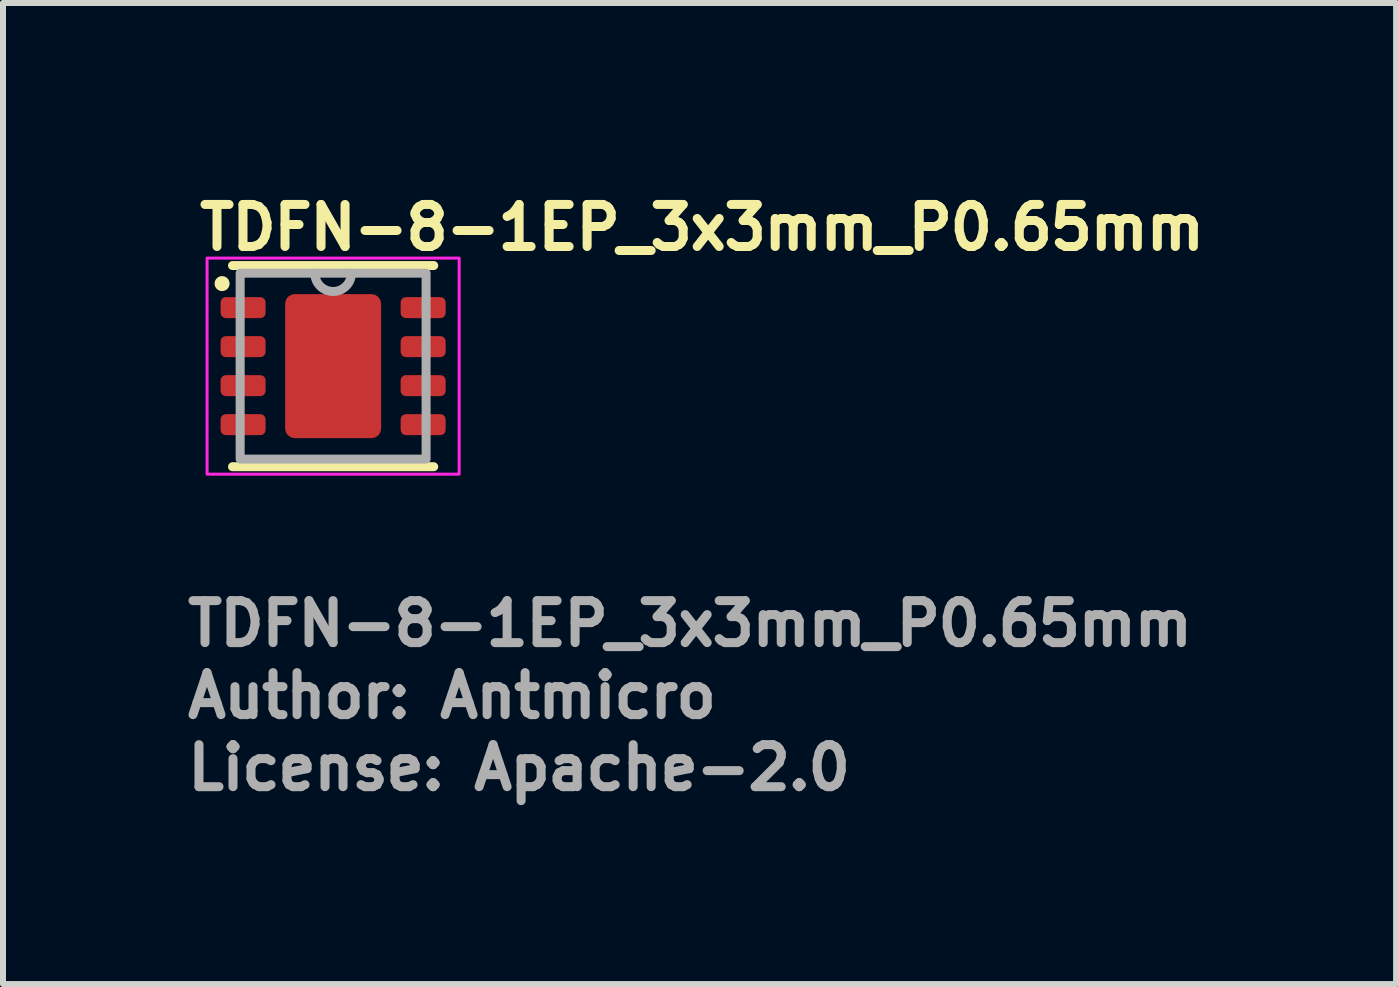
<source format=kicad_pcb>
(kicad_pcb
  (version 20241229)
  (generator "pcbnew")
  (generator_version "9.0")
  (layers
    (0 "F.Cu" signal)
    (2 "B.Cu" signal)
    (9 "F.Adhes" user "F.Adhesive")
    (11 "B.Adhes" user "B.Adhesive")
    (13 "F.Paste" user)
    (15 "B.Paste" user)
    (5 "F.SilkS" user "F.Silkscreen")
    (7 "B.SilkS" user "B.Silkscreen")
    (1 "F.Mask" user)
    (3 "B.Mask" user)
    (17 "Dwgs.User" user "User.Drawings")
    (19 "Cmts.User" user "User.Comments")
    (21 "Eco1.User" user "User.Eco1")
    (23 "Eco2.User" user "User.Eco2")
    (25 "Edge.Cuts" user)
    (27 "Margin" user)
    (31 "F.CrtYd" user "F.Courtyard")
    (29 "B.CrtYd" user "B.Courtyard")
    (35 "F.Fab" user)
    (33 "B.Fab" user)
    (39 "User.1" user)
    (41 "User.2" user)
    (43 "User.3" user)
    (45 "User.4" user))
  (footprint "TDFN-8-1EP_3x3mm_P0.65mm"
    (layer "F.Cu")
    (at 2.5 3.05)
    (property "Reference" "TDFN-8-1EP_3x3mm_P0.65mm" (at -2.3 -1.9 0) (unlocked yes) (layer "F.SilkS") (effects (font (size 0.7 0.7) (thickness 0.15)) (justify left bottom)))
    (attr smd)
    (fp_line (start -1.676 1.676) (end 1.676 1.676) (stroke (width 0.15) (type solid)) (layer "F.SilkS"))
    (fp_line (start 1.676 -1.676) (end -1.676 -1.676) (stroke (width 0.15) (type solid)) (layer "F.SilkS"))
    (fp_circle (center -1.85 -1.375) (end -1.8 -1.375) (stroke (width 0.15) (type solid)) (fill yes) (layer "F.SilkS"))
    (fp_rect (start -2.1 -1.8) (end 2.1 1.8) (stroke (width 0.05) (type solid)) (fill no) (layer "F.CrtYd"))
    (fp_rect (start -1.549 -1.549) (end 1.549 1.549) (stroke (width 0.15) (type solid)) (fill no) (layer "F.Fab"))
    (fp_arc (start 0.305 -1.549) (mid 0 -1.245) (end -0.305 -1.549) (stroke (width 0.15) (type solid)) (layer "F.Fab"))
    (fp_rect (start -1.549 -1.549) (end 1.549 1.549) (stroke (width 0.1) (type solid)) (fill no) (layer "User.5"))
    (fp_line (start -1.549 -1.549) (end -1.549 1.549) (stroke (width 0.02) (type solid)) (layer "User.9"))
    (fp_line (start -1.549 1.549) (end 1.549 1.549) (stroke (width 0.02) (type solid)) (layer "User.9"))
    (fp_line (start -1.317 -0.975) (end -1.314 -0.951) (stroke (width 0.02) (type solid)) (layer "User.9"))
    (fp_line (start -1.314 -0.999) (end -1.317 -0.975) (stroke (width 0.02) (type solid)) (layer "User.9"))
    (fp_line (start -1.314 -0.951) (end -1.303 -0.929) (stroke (width 0.02) (type solid)) (layer "User.9"))
    (fp_line (start -1.303 -1.021) (end -1.314 -0.999) (stroke (width 0.02) (type solid)) (layer "User.9"))
    (fp_line (start -1.303 -0.929) (end -1.286 -0.912) (stroke (width 0.02) (type solid)) (layer "User.9"))
    (fp_line (start -1.286 -1.038) (end -1.303 -1.021) (stroke (width 0.02) (type solid)) (layer "User.9"))
    (fp_line (start -1.286 -0.912) (end -1.264 -0.901) (stroke (width 0.02) (type solid)) (layer "User.9"))
    (fp_line (start -1.264 -1.049) (end -1.286 -1.038) (stroke (width 0.02) (type solid)) (layer "User.9"))
    (fp_line (start -1.264 -0.901) (end -1.24 -0.898) (stroke (width 0.02) (type solid)) (layer "User.9"))
    (fp_line (start -1.24 -1.052) (end -1.264 -1.049) (stroke (width 0.02) (type solid)) (layer "User.9"))
    (fp_line (start -1.24 -0.898) (end -1.216 -0.901) (stroke (width 0.02) (type solid)) (layer "User.9"))
    (fp_line (start -1.216 -1.049) (end -1.24 -1.052) (stroke (width 0.02) (type solid)) (layer "User.9"))
    (fp_line (start -1.216 -0.901) (end -1.194 -0.912) (stroke (width 0.02) (type solid)) (layer "User.9"))
    (fp_line (start -1.194 -1.038) (end -1.216 -1.049) (stroke (width 0.02) (type solid)) (layer "User.9"))
    (fp_line (start -1.194 -0.912) (end -1.177 -0.929) (stroke (width 0.02) (type solid)) (layer "User.9"))
    (fp_line (start -1.177 -1.021) (end -1.194 -1.038) (stroke (width 0.02) (type solid)) (layer "User.9"))
    (fp_line (start -1.177 -0.929) (end -1.166 -0.951) (stroke (width 0.02) (type solid)) (layer "User.9"))
    (fp_line (start -1.166 -0.999) (end -1.177 -1.021) (stroke (width 0.02) (type solid)) (layer "User.9"))
    (fp_line (start -1.166 -0.951) (end -1.163 -0.975) (stroke (width 0.02) (type solid)) (layer "User.9"))
    (fp_line (start -1.163 -0.975) (end -1.166 -0.999) (stroke (width 0.02) (type solid)) (layer "User.9"))
    (fp_line (start 1.549 -1.549) (end -1.549 -1.549) (stroke (width 0.02) (type solid)) (layer "User.9"))
    (fp_line (start 1.549 1.549) (end 1.549 -1.549) (stroke (width 0.02) (type solid)) (layer "User.9"))
    (fp_text user "Author: Antmicro" (at -2.5 5.9 0) (layer "F.Fab") (effects (font (size 0.7 0.7) (thickness 0.15)) (justify left bottom)))
    (fp_text user "License: Apache-2.0" (at -2.5 7.1 0) (layer "F.Fab") (effects (font (size 0.7 0.7) (thickness 0.15)) (justify left bottom)))
    (fp_text user "${REFERENCE}" (at -2.5 4.7 0) (layer "F.Fab") (effects (font (size 0.7 0.7) (thickness 0.15)) (justify left bottom)))
    (pad "1" smd roundrect (at -1.5 -0.975) (size 0.75 0.35) (layers "F.Cu" "F.Mask" "F.Paste") (roundrect_rratio 0.25))
    (pad "2" smd roundrect (at -1.5 -0.325) (size 0.75 0.35) (layers "F.Cu" "F.Mask" "F.Paste") (roundrect_rratio 0.25))
    (pad "3" smd roundrect (at -1.5 0.325) (size 0.75 0.35) (layers "F.Cu" "F.Mask" "F.Paste") (roundrect_rratio 0.25))
    (pad "4" smd roundrect (at -1.5 0.975) (size 0.75 0.35) (layers "F.Cu" "F.Mask" "F.Paste") (roundrect_rratio 0.25))
    (pad "5" smd roundrect (at 1.5 0.975) (size 0.75 0.35) (layers "F.Cu" "F.Mask" "F.Paste") (roundrect_rratio 0.25))
    (pad "6" smd roundrect (at 1.5 0.325) (size 0.75 0.35) (layers "F.Cu" "F.Mask" "F.Paste") (roundrect_rratio 0.25))
    (pad "7" smd roundrect (at 1.5 -0.325) (size 0.75 0.35) (layers "F.Cu" "F.Mask" "F.Paste") (roundrect_rratio 0.25))
    (pad "8" smd roundrect (at 1.5 -0.975) (size 0.75 0.35) (layers "F.Cu" "F.Mask" "F.Paste") (roundrect_rratio 0.25))
    (pad "9" smd roundrect (at 0 0) (size 1.6 2.4) (layers "F.Cu" "F.Mask" "F.Paste") (roundrect_rratio 0.1)))
  (gr_rect
    (start -3 -3)
    (end 20.21 13.345)
    (stroke (width 0.1) (type default))
    (fill no)
    (layer "Edge.Cuts")))
</source>
